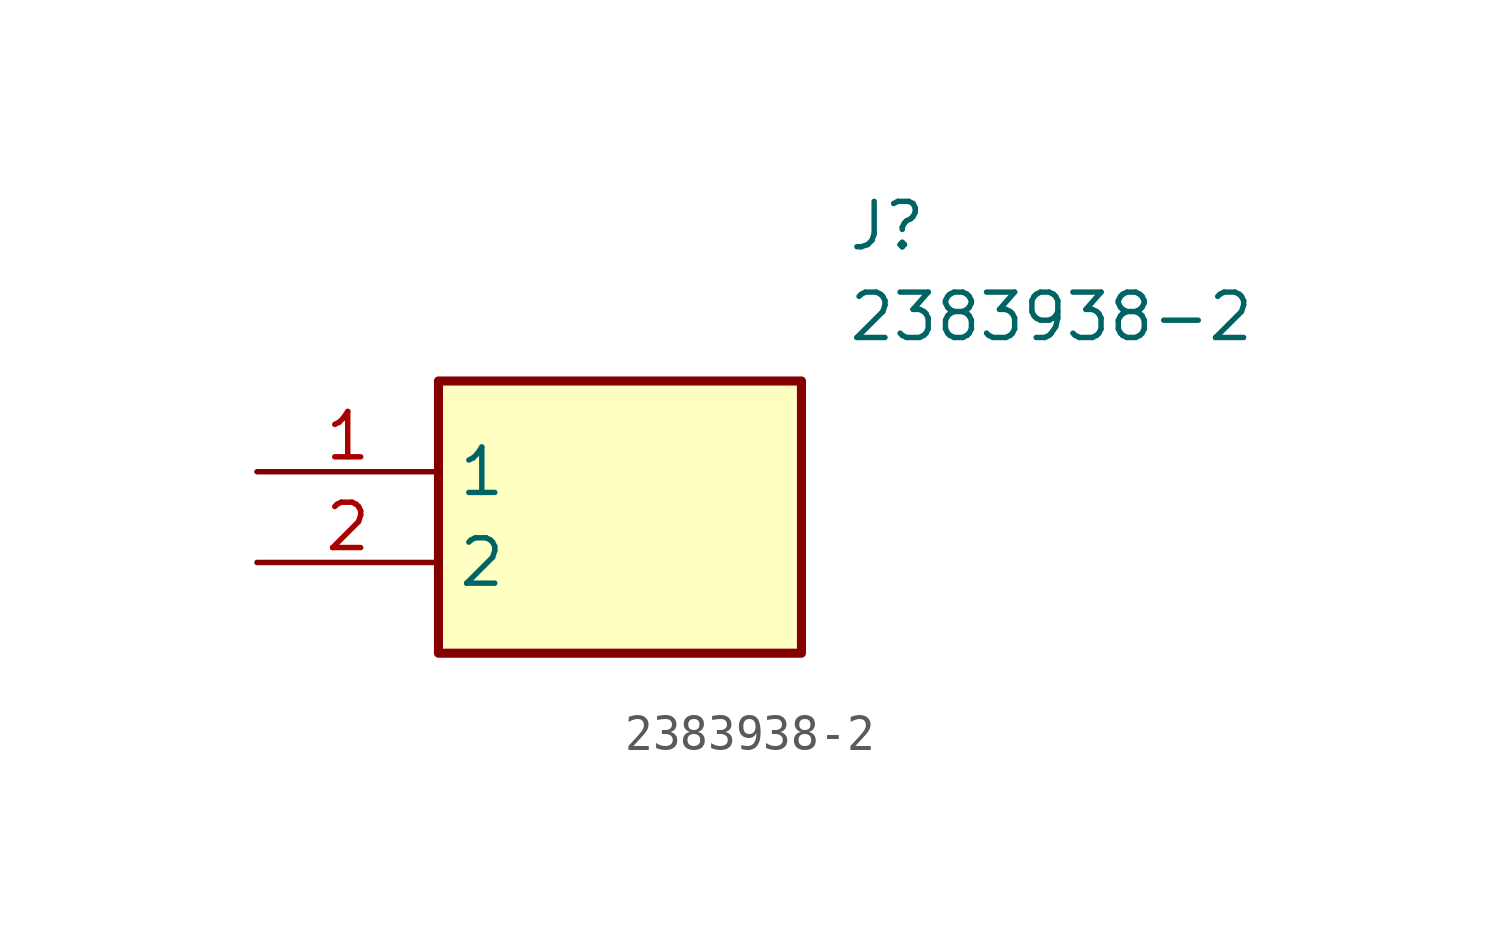
<source format=kicad_sym>
(kicad_symbol_lib
  (version 20211014)
  (generator SamacSys_ECAD_Model)
  (symbol "2383938-2"
    (property "Reference" "J"
      (at 16.51 7.62 0)
      (effects (font (size 1.27 1.27)) (justify left top)))
    (property "Value" "2383938-2"
      (at 16.51 5.08 0)
      (effects (font (size 1.27 1.27)) (justify left top)))
    (rectangle
      (start 5.08 2.54)
      (end 15.24 -5.08)
      (stroke (width 0.254) (type default))
      (fill (type background)))
    (pin passive line
      (at 0 0 0)
      (length 5.08)
      (name "1" (effects (font (size 1.27 1.27))))
      (number "1" (effects (font (size 1.27 1.27)))))
    (pin passive line
      (at 0 -2.54 0)
      (length 5.08)
      (name "2" (effects (font (size 1.27 1.27))))
      (number "2" (effects (font (size 1.27 1.27)))))))
</source>
